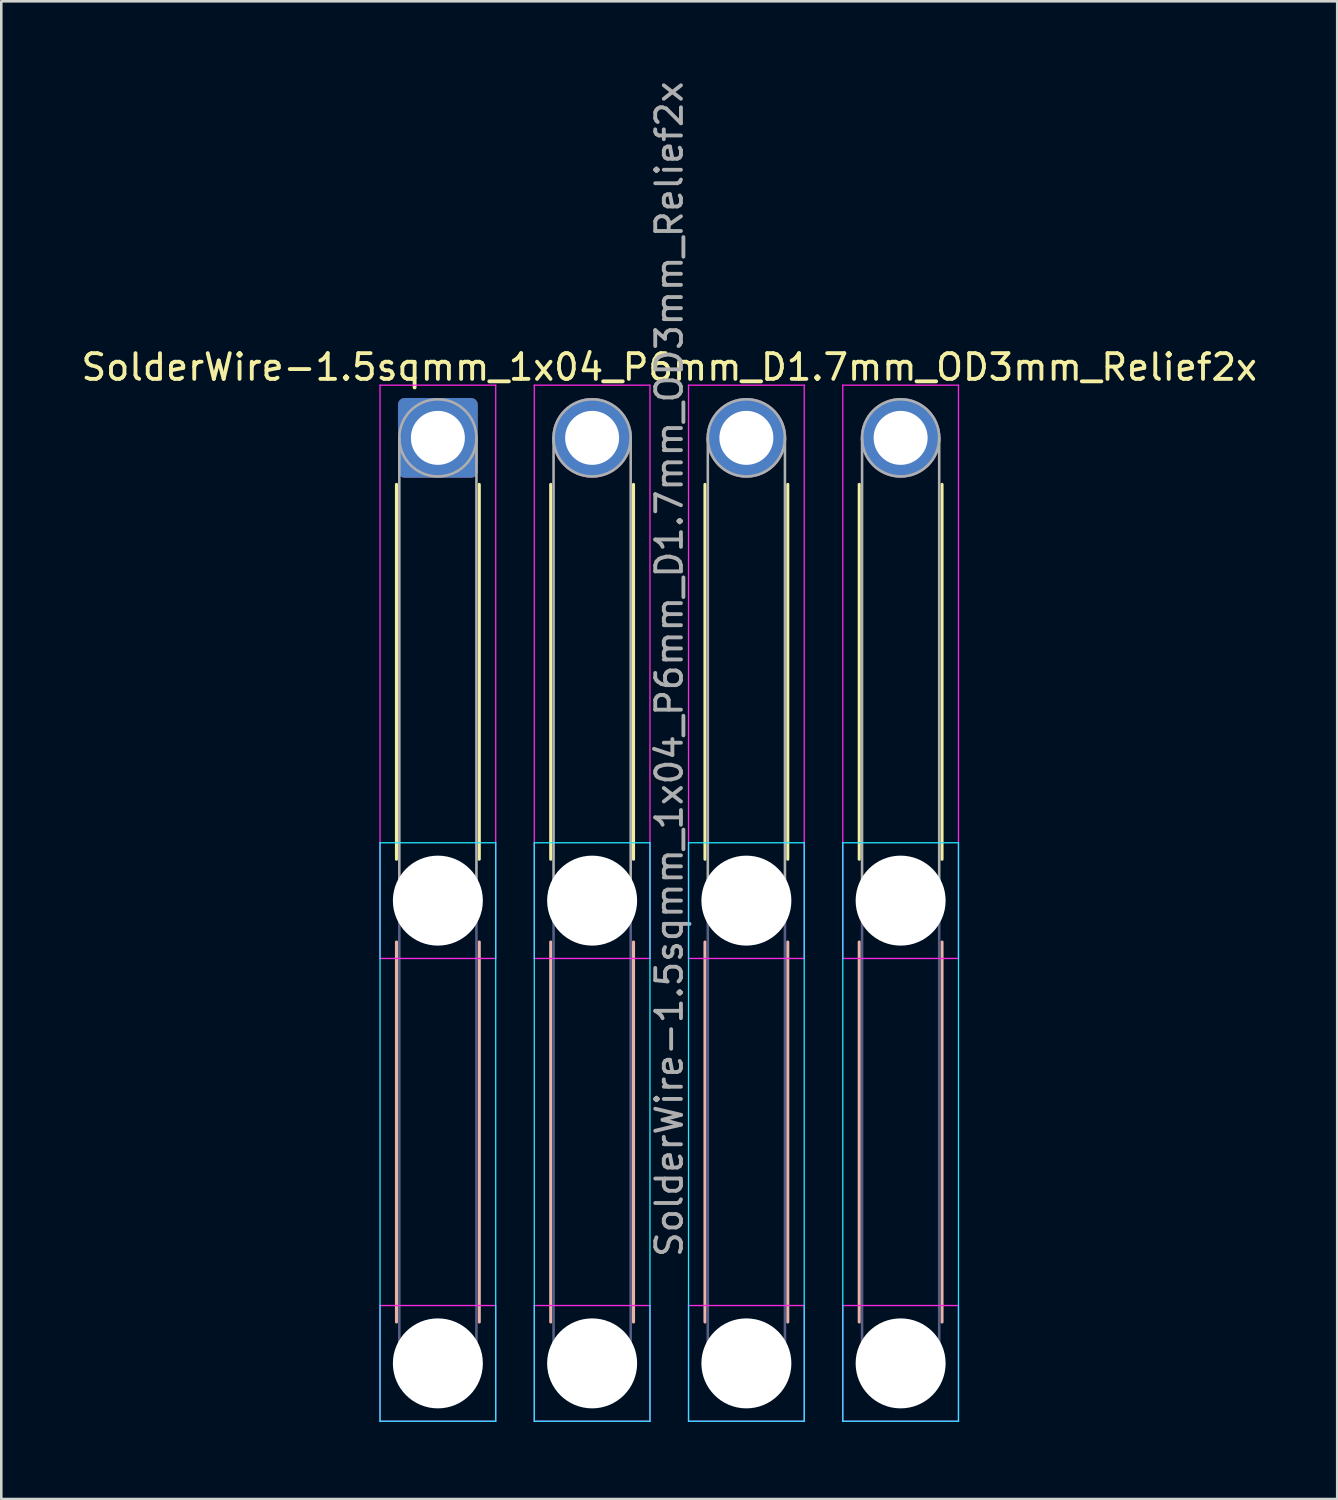
<source format=kicad_pcb>
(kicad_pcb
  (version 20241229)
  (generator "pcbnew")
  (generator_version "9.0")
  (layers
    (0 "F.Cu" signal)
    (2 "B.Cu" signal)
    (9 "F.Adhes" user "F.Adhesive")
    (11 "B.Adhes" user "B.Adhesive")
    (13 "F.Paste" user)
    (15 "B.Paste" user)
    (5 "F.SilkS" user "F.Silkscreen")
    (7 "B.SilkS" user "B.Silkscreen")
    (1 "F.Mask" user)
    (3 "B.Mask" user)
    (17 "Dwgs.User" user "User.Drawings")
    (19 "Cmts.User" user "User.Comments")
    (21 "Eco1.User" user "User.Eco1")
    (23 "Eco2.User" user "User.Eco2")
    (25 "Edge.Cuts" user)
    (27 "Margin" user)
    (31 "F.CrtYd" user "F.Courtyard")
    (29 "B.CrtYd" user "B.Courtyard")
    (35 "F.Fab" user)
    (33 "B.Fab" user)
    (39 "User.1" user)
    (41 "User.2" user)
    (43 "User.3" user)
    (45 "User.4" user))
  (footprint "SolderWire-1.5sqmm_1x04_P6mm_D1.7mm_OD3mm_Relief2x"
    (layer "F.Cu")
    (at 13.982 13.982)
    (property "Reference" "SolderWire-1.5sqmm_1x04_P6mm_D1.7mm_OD3mm_Relief2x" (at 9 -2.75 0) (layer "F.SilkS") (effects (font (size 1 1) (thickness 0.15))))
    (attr exclude_from_pos_files exclude_from_bom)
    (fp_line (start -1.61 1.81) (end -1.61 16.39) (stroke (width 0.12) (type solid)) (layer "F.SilkS"))
    (fp_line (start 1.61 1.81) (end 1.61 16.39) (stroke (width 0.12) (type solid)) (layer "F.SilkS"))
    (fp_line (start 4.39 1.81) (end 4.39 16.39) (stroke (width 0.12) (type solid)) (layer "F.SilkS"))
    (fp_line (start 7.61 1.81) (end 7.61 16.39) (stroke (width 0.12) (type solid)) (layer "F.SilkS"))
    (fp_line (start 10.39 1.81) (end 10.39 16.39) (stroke (width 0.12) (type solid)) (layer "F.SilkS"))
    (fp_line (start 13.61 1.81) (end 13.61 16.39) (stroke (width 0.12) (type solid)) (layer "F.SilkS"))
    (fp_line (start 16.39 1.81) (end 16.39 16.39) (stroke (width 0.12) (type solid)) (layer "F.SilkS"))
    (fp_line (start 19.61 1.81) (end 19.61 16.39) (stroke (width 0.12) (type solid)) (layer "F.SilkS"))
    (fp_line (start -1.61 19.61) (end -1.61 34.39) (stroke (width 0.12) (type solid)) (layer "B.SilkS"))
    (fp_line (start 1.61 19.61) (end 1.61 34.39) (stroke (width 0.12) (type solid)) (layer "B.SilkS"))
    (fp_line (start 4.39 19.61) (end 4.39 34.39) (stroke (width 0.12) (type solid)) (layer "B.SilkS"))
    (fp_line (start 7.61 19.61) (end 7.61 34.39) (stroke (width 0.12) (type solid)) (layer "B.SilkS"))
    (fp_line (start 10.39 19.61) (end 10.39 34.39) (stroke (width 0.12) (type solid)) (layer "B.SilkS"))
    (fp_line (start 13.61 19.61) (end 13.61 34.39) (stroke (width 0.12) (type solid)) (layer "B.SilkS"))
    (fp_line (start 16.39 19.61) (end 16.39 34.39) (stroke (width 0.12) (type solid)) (layer "B.SilkS"))
    (fp_line (start 19.61 19.61) (end 19.61 34.39) (stroke (width 0.12) (type solid)) (layer "B.SilkS"))
    (fp_line (start -2.25 15.75) (end -2.25 38.25) (stroke (width 0.05) (type solid)) (layer "B.CrtYd"))
    (fp_line (start -2.25 38.25) (end 2.25 38.25) (stroke (width 0.05) (type solid)) (layer "B.CrtYd"))
    (fp_line (start 2.25 15.75) (end -2.25 15.75) (stroke (width 0.05) (type solid)) (layer "B.CrtYd"))
    (fp_line (start 2.25 38.25) (end 2.25 15.75) (stroke (width 0.05) (type solid)) (layer "B.CrtYd"))
    (fp_line (start 3.75 15.75) (end 3.75 38.25) (stroke (width 0.05) (type solid)) (layer "B.CrtYd"))
    (fp_line (start 3.75 38.25) (end 8.25 38.25) (stroke (width 0.05) (type solid)) (layer "B.CrtYd"))
    (fp_line (start 8.25 15.75) (end 3.75 15.75) (stroke (width 0.05) (type solid)) (layer "B.CrtYd"))
    (fp_line (start 8.25 38.25) (end 8.25 15.75) (stroke (width 0.05) (type solid)) (layer "B.CrtYd"))
    (fp_line (start 9.75 15.75) (end 9.75 38.25) (stroke (width 0.05) (type solid)) (layer "B.CrtYd"))
    (fp_line (start 9.75 38.25) (end 14.25 38.25) (stroke (width 0.05) (type solid)) (layer "B.CrtYd"))
    (fp_line (start 14.25 15.75) (end 9.75 15.75) (stroke (width 0.05) (type solid)) (layer "B.CrtYd"))
    (fp_line (start 14.25 38.25) (end 14.25 15.75) (stroke (width 0.05) (type solid)) (layer "B.CrtYd"))
    (fp_line (start 15.75 15.75) (end 15.75 38.25) (stroke (width 0.05) (type solid)) (layer "B.CrtYd"))
    (fp_line (start 15.75 38.25) (end 20.25 38.25) (stroke (width 0.05) (type solid)) (layer "B.CrtYd"))
    (fp_line (start 20.25 15.75) (end 15.75 15.75) (stroke (width 0.05) (type solid)) (layer "B.CrtYd"))
    (fp_line (start 20.25 38.25) (end 20.25 15.75) (stroke (width 0.05) (type solid)) (layer "B.CrtYd"))
    (fp_line (start -2.25 -2.05) (end -2.25 20.25) (stroke (width 0.05) (type solid)) (layer "F.CrtYd"))
    (fp_line (start -2.25 20.25) (end 2.25 20.25) (stroke (width 0.05) (type solid)) (layer "F.CrtYd"))
    (fp_line (start -2.25 33.75) (end -2.25 38.25) (stroke (width 0.05) (type solid)) (layer "F.CrtYd"))
    (fp_line (start -2.25 38.25) (end 2.25 38.25) (stroke (width 0.05) (type solid)) (layer "F.CrtYd"))
    (fp_line (start 2.25 -2.05) (end -2.25 -2.05) (stroke (width 0.05) (type solid)) (layer "F.CrtYd"))
    (fp_line (start 2.25 20.25) (end 2.25 -2.05) (stroke (width 0.05) (type solid)) (layer "F.CrtYd"))
    (fp_line (start 2.25 33.75) (end -2.25 33.75) (stroke (width 0.05) (type solid)) (layer "F.CrtYd"))
    (fp_line (start 2.25 38.25) (end 2.25 33.75) (stroke (width 0.05) (type solid)) (layer "F.CrtYd"))
    (fp_line (start 3.75 -2.05) (end 3.75 20.25) (stroke (width 0.05) (type solid)) (layer "F.CrtYd"))
    (fp_line (start 3.75 20.25) (end 8.25 20.25) (stroke (width 0.05) (type solid)) (layer "F.CrtYd"))
    (fp_line (start 3.75 33.75) (end 3.75 38.25) (stroke (width 0.05) (type solid)) (layer "F.CrtYd"))
    (fp_line (start 3.75 38.25) (end 8.25 38.25) (stroke (width 0.05) (type solid)) (layer "F.CrtYd"))
    (fp_line (start 8.25 -2.05) (end 3.75 -2.05) (stroke (width 0.05) (type solid)) (layer "F.CrtYd"))
    (fp_line (start 8.25 20.25) (end 8.25 -2.05) (stroke (width 0.05) (type solid)) (layer "F.CrtYd"))
    (fp_line (start 8.25 33.75) (end 3.75 33.75) (stroke (width 0.05) (type solid)) (layer "F.CrtYd"))
    (fp_line (start 8.25 38.25) (end 8.25 33.75) (stroke (width 0.05) (type solid)) (layer "F.CrtYd"))
    (fp_line (start 9.75 -2.05) (end 9.75 20.25) (stroke (width 0.05) (type solid)) (layer "F.CrtYd"))
    (fp_line (start 9.75 20.25) (end 14.25 20.25) (stroke (width 0.05) (type solid)) (layer "F.CrtYd"))
    (fp_line (start 9.75 33.75) (end 9.75 38.25) (stroke (width 0.05) (type solid)) (layer "F.CrtYd"))
    (fp_line (start 9.75 38.25) (end 14.25 38.25) (stroke (width 0.05) (type solid)) (layer "F.CrtYd"))
    (fp_line (start 14.25 -2.05) (end 9.75 -2.05) (stroke (width 0.05) (type solid)) (layer "F.CrtYd"))
    (fp_line (start 14.25 20.25) (end 14.25 -2.05) (stroke (width 0.05) (type solid)) (layer "F.CrtYd"))
    (fp_line (start 14.25 33.75) (end 9.75 33.75) (stroke (width 0.05) (type solid)) (layer "F.CrtYd"))
    (fp_line (start 14.25 38.25) (end 14.25 33.75) (stroke (width 0.05) (type solid)) (layer "F.CrtYd"))
    (fp_line (start 15.75 -2.05) (end 15.75 20.25) (stroke (width 0.05) (type solid)) (layer "F.CrtYd"))
    (fp_line (start 15.75 20.25) (end 20.25 20.25) (stroke (width 0.05) (type solid)) (layer "F.CrtYd"))
    (fp_line (start 15.75 33.75) (end 15.75 38.25) (stroke (width 0.05) (type solid)) (layer "F.CrtYd"))
    (fp_line (start 15.75 38.25) (end 20.25 38.25) (stroke (width 0.05) (type solid)) (layer "F.CrtYd"))
    (fp_line (start 20.25 -2.05) (end 15.75 -2.05) (stroke (width 0.05) (type solid)) (layer "F.CrtYd"))
    (fp_line (start 20.25 20.25) (end 20.25 -2.05) (stroke (width 0.05) (type solid)) (layer "F.CrtYd"))
    (fp_line (start 20.25 33.75) (end 15.75 33.75) (stroke (width 0.05) (type solid)) (layer "F.CrtYd"))
    (fp_line (start 20.25 38.25) (end 20.25 33.75) (stroke (width 0.05) (type solid)) (layer "F.CrtYd"))
    (fp_line (start -1.5 18) (end -1.5 36) (stroke (width 0.1) (type solid)) (layer "B.Fab"))
    (fp_line (start 1.5 18) (end 1.5 36) (stroke (width 0.1) (type solid)) (layer "B.Fab"))
    (fp_line (start 4.5 18) (end 4.5 36) (stroke (width 0.1) (type solid)) (layer "B.Fab"))
    (fp_line (start 7.5 18) (end 7.5 36) (stroke (width 0.1) (type solid)) (layer "B.Fab"))
    (fp_line (start 10.5 18) (end 10.5 36) (stroke (width 0.1) (type solid)) (layer "B.Fab"))
    (fp_line (start 13.5 18) (end 13.5 36) (stroke (width 0.1) (type solid)) (layer "B.Fab"))
    (fp_line (start 16.5 18) (end 16.5 36) (stroke (width 0.1) (type solid)) (layer "B.Fab"))
    (fp_line (start 19.5 18) (end 19.5 36) (stroke (width 0.1) (type solid)) (layer "B.Fab"))
    (fp_circle (center 0 18) (end 1.5 18) (stroke (width 0.1) (type solid)) (fill no) (layer "B.Fab"))
    (fp_circle (center 0 36) (end 1.5 36) (stroke (width 0.1) (type solid)) (fill no) (layer "B.Fab"))
    (fp_circle (center 6 18) (end 7.5 18) (stroke (width 0.1) (type solid)) (fill no) (layer "B.Fab"))
    (fp_circle (center 6 36) (end 7.5 36) (stroke (width 0.1) (type solid)) (fill no) (layer "B.Fab"))
    (fp_circle (center 12 18) (end 13.5 18) (stroke (width 0.1) (type solid)) (fill no) (layer "B.Fab"))
    (fp_circle (center 12 36) (end 13.5 36) (stroke (width 0.1) (type solid)) (fill no) (layer "B.Fab"))
    (fp_circle (center 18 18) (end 19.5 18) (stroke (width 0.1) (type solid)) (fill no) (layer "B.Fab"))
    (fp_circle (center 18 36) (end 19.5 36) (stroke (width 0.1) (type solid)) (fill no) (layer "B.Fab"))
    (fp_line (start -1.5 0) (end -1.5 18) (stroke (width 0.1) (type solid)) (layer "F.Fab"))
    (fp_line (start 1.5 0) (end 1.5 18) (stroke (width 0.1) (type solid)) (layer "F.Fab"))
    (fp_line (start 4.5 0) (end 4.5 18) (stroke (width 0.1) (type solid)) (layer "F.Fab"))
    (fp_line (start 7.5 0) (end 7.5 18) (stroke (width 0.1) (type solid)) (layer "F.Fab"))
    (fp_line (start 10.5 0) (end 10.5 18) (stroke (width 0.1) (type solid)) (layer "F.Fab"))
    (fp_line (start 13.5 0) (end 13.5 18) (stroke (width 0.1) (type solid)) (layer "F.Fab"))
    (fp_line (start 16.5 0) (end 16.5 18) (stroke (width 0.1) (type solid)) (layer "F.Fab"))
    (fp_line (start 19.5 0) (end 19.5 18) (stroke (width 0.1) (type solid)) (layer "F.Fab"))
    (fp_circle (center 0 0) (end 1.5 0) (stroke (width 0.1) (type solid)) (fill no) (layer "F.Fab"))
    (fp_circle (center 0 18) (end 1.5 18) (stroke (width 0.1) (type solid)) (fill no) (layer "F.Fab"))
    (fp_circle (center 0 36) (end 1.5 36) (stroke (width 0.1) (type solid)) (fill no) (layer "F.Fab"))
    (fp_circle (center 6 0) (end 7.5 0) (stroke (width 0.1) (type solid)) (fill no) (layer "F.Fab"))
    (fp_circle (center 6 18) (end 7.5 18) (stroke (width 0.1) (type solid)) (fill no) (layer "F.Fab"))
    (fp_circle (center 6 36) (end 7.5 36) (stroke (width 0.1) (type solid)) (fill no) (layer "F.Fab"))
    (fp_circle (center 12 0) (end 13.5 0) (stroke (width 0.1) (type solid)) (fill no) (layer "F.Fab"))
    (fp_circle (center 12 18) (end 13.5 18) (stroke (width 0.1) (type solid)) (fill no) (layer "F.Fab"))
    (fp_circle (center 12 36) (end 13.5 36) (stroke (width 0.1) (type solid)) (fill no) (layer "F.Fab"))
    (fp_circle (center 18 0) (end 19.5 0) (stroke (width 0.1) (type solid)) (fill no) (layer "F.Fab"))
    (fp_circle (center 18 18) (end 19.5 18) (stroke (width 0.1) (type solid)) (fill no) (layer "F.Fab"))
    (fp_circle (center 18 36) (end 19.5 36) (stroke (width 0.1) (type solid)) (fill no) (layer "F.Fab"))
    (fp_text user "${REFERENCE}" (at 9 9 90) (layer "F.Fab") (effects (font (size 1 1) (thickness 0.15))))
    (pad "" np_thru_hole circle (at 0 18) (size 3.5 3.5) (drill 3.5) (layers "*.Cu" "*.Mask"))
    (pad "" np_thru_hole circle (at 0 36) (size 3.5 3.5) (drill 3.5) (layers "*.Cu" "*.Mask"))
    (pad "" np_thru_hole circle (at 6 18) (size 3.5 3.5) (drill 3.5) (layers "*.Cu" "*.Mask"))
    (pad "" np_thru_hole circle (at 6 36) (size 3.5 3.5) (drill 3.5) (layers "*.Cu" "*.Mask"))
    (pad "" np_thru_hole circle (at 12 18) (size 3.5 3.5) (drill 3.5) (layers "*.Cu" "*.Mask"))
    (pad "" np_thru_hole circle (at 12 36) (size 3.5 3.5) (drill 3.5) (layers "*.Cu" "*.Mask"))
    (pad "" np_thru_hole circle (at 18 18) (size 3.5 3.5) (drill 3.5) (layers "*.Cu" "*.Mask"))
    (pad "" np_thru_hole circle (at 18 36) (size 3.5 3.5) (drill 3.5) (layers "*.Cu" "*.Mask"))
    (pad "1" thru_hole roundrect (at 0 0) (size 3.1 3.1) (drill 2.1) (layers "*.Cu" "*.Mask") (roundrect_rratio 0.081))
    (pad "2" thru_hole circle (at 6 0) (size 3.1 3.1) (drill 2.1) (layers "*.Cu" "*.Mask"))
    (pad "3" thru_hole circle (at 12 0) (size 3.1 3.1) (drill 2.1) (layers "*.Cu" "*.Mask"))
    (pad "4" thru_hole circle (at 18 0) (size 3.1 3.1) (drill 2.1) (layers "*.Cu" "*.Mask")))
  (gr_rect
    (start -3 -3)
    (end 48.964 55.257)
    (stroke (width 0.1) (type default))
    (fill no)
    (layer "Edge.Cuts")))
</source>
